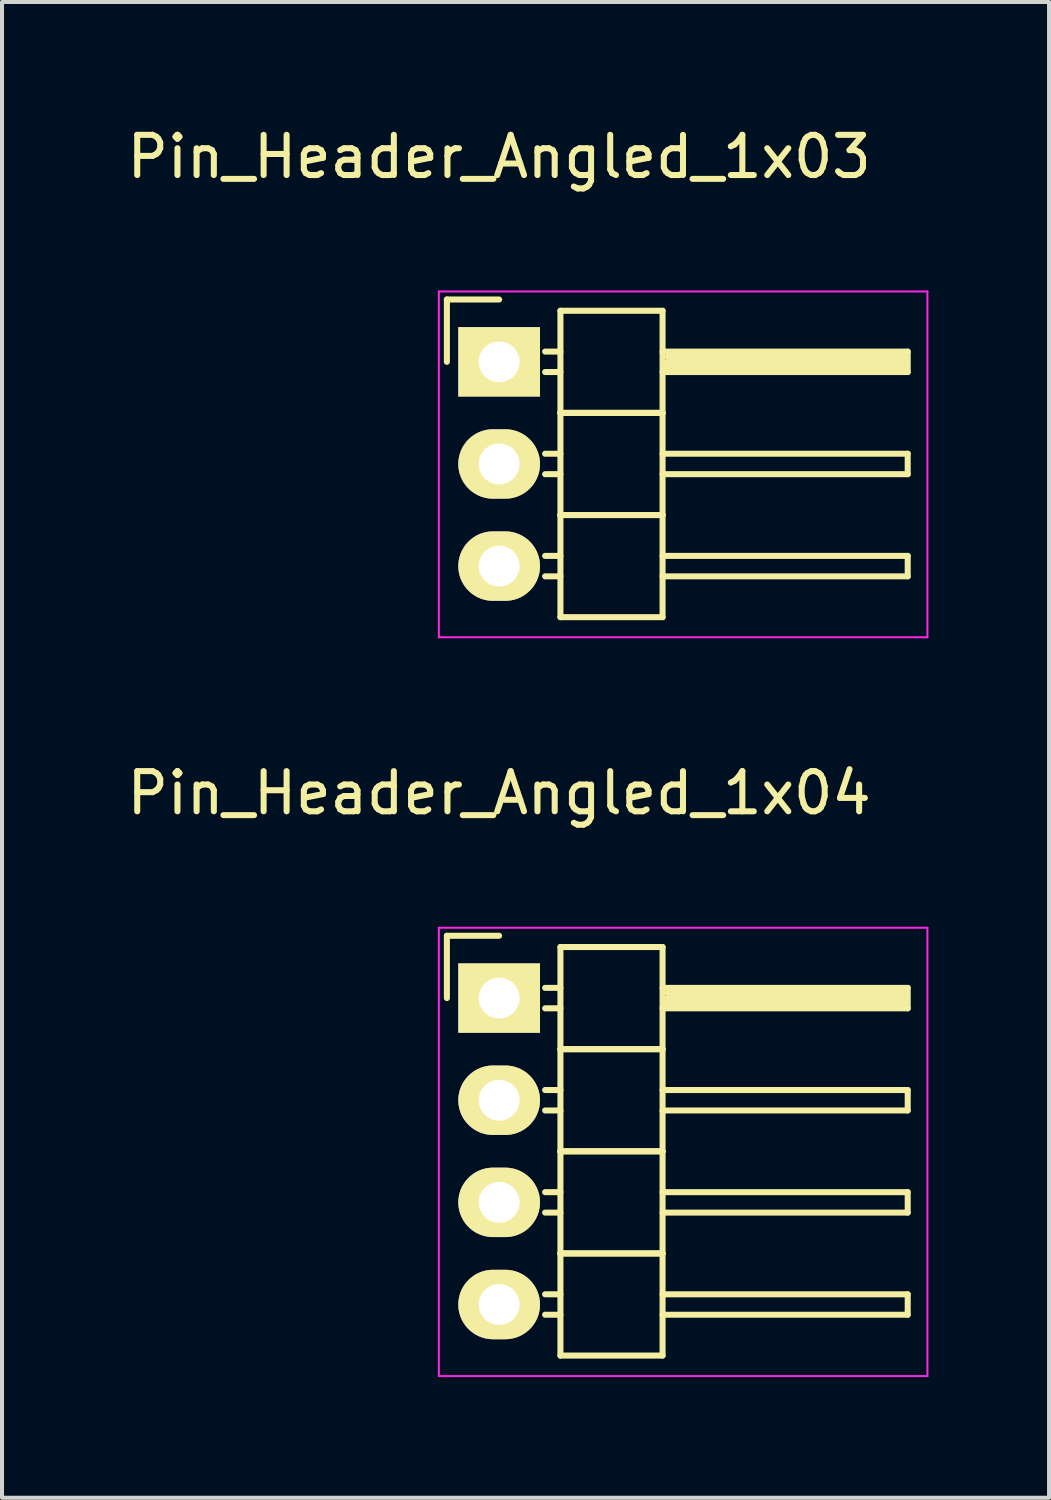
<source format=kicad_pcb>
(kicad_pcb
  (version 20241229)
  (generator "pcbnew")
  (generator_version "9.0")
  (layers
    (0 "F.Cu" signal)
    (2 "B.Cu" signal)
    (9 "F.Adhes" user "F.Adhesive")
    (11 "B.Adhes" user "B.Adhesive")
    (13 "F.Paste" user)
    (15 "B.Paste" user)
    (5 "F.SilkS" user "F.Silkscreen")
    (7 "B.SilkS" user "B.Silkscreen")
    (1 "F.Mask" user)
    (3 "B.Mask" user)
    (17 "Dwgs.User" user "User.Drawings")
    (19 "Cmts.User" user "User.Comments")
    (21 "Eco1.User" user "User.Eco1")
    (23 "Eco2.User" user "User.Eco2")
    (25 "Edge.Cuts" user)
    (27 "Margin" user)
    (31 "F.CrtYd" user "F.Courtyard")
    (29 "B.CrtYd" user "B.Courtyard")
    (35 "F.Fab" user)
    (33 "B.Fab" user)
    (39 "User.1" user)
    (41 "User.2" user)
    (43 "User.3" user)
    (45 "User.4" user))
  (footprint "Pin_Header_Angled_1x04"
    (layer "F.Cu")
    (at 9.363 21.771)
    (property "Reference" "Pin_Header_Angled_1x04" (at 0 -5.1 0) (layer "F.SilkS") (effects (font (size 1 1) (thickness 0.15))))
    (attr through_hole)
    (fp_line (start -1.3 -1.55) (end -1.3 0) (stroke (width 0.15) (type solid)) (layer "F.SilkS"))
    (fp_line (start 0 -1.55) (end -1.3 -1.55) (stroke (width 0.15) (type solid)) (layer "F.SilkS"))
    (fp_line (start 1.524 -1.27) (end 1.524 1.27) (stroke (width 0.15) (type solid)) (layer "F.SilkS"))
    (fp_line (start 1.524 -1.27) (end 4.064 -1.27) (stroke (width 0.15) (type solid)) (layer "F.SilkS"))
    (fp_line (start 1.524 -0.254) (end 1.143 -0.254) (stroke (width 0.15) (type solid)) (layer "F.SilkS"))
    (fp_line (start 1.524 0.254) (end 1.143 0.254) (stroke (width 0.15) (type solid)) (layer "F.SilkS"))
    (fp_line (start 1.524 1.27) (end 1.524 3.81) (stroke (width 0.15) (type solid)) (layer "F.SilkS"))
    (fp_line (start 1.524 1.27) (end 4.064 1.27) (stroke (width 0.15) (type solid)) (layer "F.SilkS"))
    (fp_line (start 1.524 1.27) (end 4.064 1.27) (stroke (width 0.15) (type solid)) (layer "F.SilkS"))
    (fp_line (start 1.524 2.286) (end 1.143 2.286) (stroke (width 0.15) (type solid)) (layer "F.SilkS"))
    (fp_line (start 1.524 2.794) (end 1.143 2.794) (stroke (width 0.15) (type solid)) (layer "F.SilkS"))
    (fp_line (start 1.524 3.81) (end 1.524 6.35) (stroke (width 0.15) (type solid)) (layer "F.SilkS"))
    (fp_line (start 1.524 3.81) (end 4.064 3.81) (stroke (width 0.15) (type solid)) (layer "F.SilkS"))
    (fp_line (start 1.524 3.81) (end 4.064 3.81) (stroke (width 0.15) (type solid)) (layer "F.SilkS"))
    (fp_line (start 1.524 4.826) (end 1.143 4.826) (stroke (width 0.15) (type solid)) (layer "F.SilkS"))
    (fp_line (start 1.524 5.334) (end 1.143 5.334) (stroke (width 0.15) (type solid)) (layer "F.SilkS"))
    (fp_line (start 1.524 6.35) (end 1.524 8.89) (stroke (width 0.15) (type solid)) (layer "F.SilkS"))
    (fp_line (start 1.524 6.35) (end 4.064 6.35) (stroke (width 0.15) (type solid)) (layer "F.SilkS"))
    (fp_line (start 1.524 6.35) (end 4.064 6.35) (stroke (width 0.15) (type solid)) (layer "F.SilkS"))
    (fp_line (start 1.524 7.366) (end 1.143 7.366) (stroke (width 0.15) (type solid)) (layer "F.SilkS"))
    (fp_line (start 1.524 7.874) (end 1.143 7.874) (stroke (width 0.15) (type solid)) (layer "F.SilkS"))
    (fp_line (start 1.524 8.89) (end 4.064 8.89) (stroke (width 0.15) (type solid)) (layer "F.SilkS"))
    (fp_line (start 4.064 -0.254) (end 10.16 -0.254) (stroke (width 0.15) (type solid)) (layer "F.SilkS"))
    (fp_line (start 4.064 1.27) (end 4.064 -1.27) (stroke (width 0.15) (type solid)) (layer "F.SilkS"))
    (fp_line (start 4.064 2.286) (end 10.16 2.286) (stroke (width 0.15) (type solid)) (layer "F.SilkS"))
    (fp_line (start 4.064 3.81) (end 4.064 1.27) (stroke (width 0.15) (type solid)) (layer "F.SilkS"))
    (fp_line (start 4.064 4.826) (end 10.16 4.826) (stroke (width 0.15) (type solid)) (layer "F.SilkS"))
    (fp_line (start 4.064 6.35) (end 4.064 3.81) (stroke (width 0.15) (type solid)) (layer "F.SilkS"))
    (fp_line (start 4.064 7.366) (end 10.16 7.366) (stroke (width 0.15) (type solid)) (layer "F.SilkS"))
    (fp_line (start 4.064 8.89) (end 4.064 6.35) (stroke (width 0.15) (type solid)) (layer "F.SilkS"))
    (fp_line (start 4.191 -0.127) (end 10.033 -0.127) (stroke (width 0.15) (type solid)) (layer "F.SilkS"))
    (fp_line (start 4.191 0) (end 10.033 0) (stroke (width 0.15) (type solid)) (layer "F.SilkS"))
    (fp_line (start 4.191 0.127) (end 4.191 0) (stroke (width 0.15) (type solid)) (layer "F.SilkS"))
    (fp_line (start 10.033 -0.127) (end 10.033 0.127) (stroke (width 0.15) (type solid)) (layer "F.SilkS"))
    (fp_line (start 10.033 0.127) (end 4.191 0.127) (stroke (width 0.15) (type solid)) (layer "F.SilkS"))
    (fp_line (start 10.16 -0.254) (end 10.16 0.254) (stroke (width 0.15) (type solid)) (layer "F.SilkS"))
    (fp_line (start 10.16 0.254) (end 4.064 0.254) (stroke (width 0.15) (type solid)) (layer "F.SilkS"))
    (fp_line (start 10.16 2.286) (end 10.16 2.794) (stroke (width 0.15) (type solid)) (layer "F.SilkS"))
    (fp_line (start 10.16 2.794) (end 4.064 2.794) (stroke (width 0.15) (type solid)) (layer "F.SilkS"))
    (fp_line (start 10.16 4.826) (end 10.16 5.334) (stroke (width 0.15) (type solid)) (layer "F.SilkS"))
    (fp_line (start 10.16 5.334) (end 4.064 5.334) (stroke (width 0.15) (type solid)) (layer "F.SilkS"))
    (fp_line (start 10.16 7.366) (end 10.16 7.874) (stroke (width 0.15) (type solid)) (layer "F.SilkS"))
    (fp_line (start 10.16 7.874) (end 4.064 7.874) (stroke (width 0.15) (type solid)) (layer "F.SilkS"))
    (fp_line (start -1.5 -1.75) (end -1.5 9.4) (stroke (width 0.05) (type solid)) (layer "F.CrtYd"))
    (fp_line (start -1.5 -1.75) (end 10.65 -1.75) (stroke (width 0.05) (type solid)) (layer "F.CrtYd"))
    (fp_line (start -1.5 9.4) (end 10.65 9.4) (stroke (width 0.05) (type solid)) (layer "F.CrtYd"))
    (fp_line (start 10.65 -1.75) (end 10.65 9.4) (stroke (width 0.05) (type solid)) (layer "F.CrtYd"))
    (pad "1" thru_hole rect (at 0 0) (size 2.032 1.727) (drill 1.016) (layers "*.Cu" "*.Mask" "F.SilkS"))
    (pad "2" thru_hole oval (at 0 2.54) (size 2.032 1.727) (drill 1.016) (layers "*.Cu" "*.Mask" "F.SilkS"))
    (pad "3" thru_hole oval (at 0 5.08) (size 2.032 1.727) (drill 1.016) (layers "*.Cu" "*.Mask" "F.SilkS"))
    (pad "4" thru_hole oval (at 0 7.62) (size 2.032 1.727) (drill 1.016) (layers "*.Cu" "*.Mask" "F.SilkS")))
  (footprint "Pin_Header_Angled_1x03"
    (layer "F.Cu")
    (at 9.363 5.948)
    (property "Reference" "Pin_Header_Angled_1x03" (at 0 -5.1 0) (layer "F.SilkS") (effects (font (size 1 1) (thickness 0.15))))
    (attr through_hole)
    (fp_line (start -1.3 -1.55) (end -1.3 0) (stroke (width 0.15) (type solid)) (layer "F.SilkS"))
    (fp_line (start 0 -1.55) (end -1.3 -1.55) (stroke (width 0.15) (type solid)) (layer "F.SilkS"))
    (fp_line (start 1.524 -1.27) (end 1.524 1.27) (stroke (width 0.15) (type solid)) (layer "F.SilkS"))
    (fp_line (start 1.524 -1.27) (end 4.064 -1.27) (stroke (width 0.15) (type solid)) (layer "F.SilkS"))
    (fp_line (start 1.524 -0.254) (end 1.143 -0.254) (stroke (width 0.15) (type solid)) (layer "F.SilkS"))
    (fp_line (start 1.524 0.254) (end 1.143 0.254) (stroke (width 0.15) (type solid)) (layer "F.SilkS"))
    (fp_line (start 1.524 1.27) (end 1.524 3.81) (stroke (width 0.15) (type solid)) (layer "F.SilkS"))
    (fp_line (start 1.524 1.27) (end 4.064 1.27) (stroke (width 0.15) (type solid)) (layer "F.SilkS"))
    (fp_line (start 1.524 1.27) (end 4.064 1.27) (stroke (width 0.15) (type solid)) (layer "F.SilkS"))
    (fp_line (start 1.524 2.286) (end 1.143 2.286) (stroke (width 0.15) (type solid)) (layer "F.SilkS"))
    (fp_line (start 1.524 2.794) (end 1.143 2.794) (stroke (width 0.15) (type solid)) (layer "F.SilkS"))
    (fp_line (start 1.524 3.81) (end 1.524 6.35) (stroke (width 0.15) (type solid)) (layer "F.SilkS"))
    (fp_line (start 1.524 3.81) (end 4.064 3.81) (stroke (width 0.15) (type solid)) (layer "F.SilkS"))
    (fp_line (start 1.524 3.81) (end 4.064 3.81) (stroke (width 0.15) (type solid)) (layer "F.SilkS"))
    (fp_line (start 1.524 4.826) (end 1.143 4.826) (stroke (width 0.15) (type solid)) (layer "F.SilkS"))
    (fp_line (start 1.524 5.334) (end 1.143 5.334) (stroke (width 0.15) (type solid)) (layer "F.SilkS"))
    (fp_line (start 1.524 6.35) (end 4.064 6.35) (stroke (width 0.15) (type solid)) (layer "F.SilkS"))
    (fp_line (start 4.064 -0.254) (end 10.16 -0.254) (stroke (width 0.15) (type solid)) (layer "F.SilkS"))
    (fp_line (start 4.064 1.27) (end 4.064 -1.27) (stroke (width 0.15) (type solid)) (layer "F.SilkS"))
    (fp_line (start 4.064 2.286) (end 10.16 2.286) (stroke (width 0.15) (type solid)) (layer "F.SilkS"))
    (fp_line (start 4.064 3.81) (end 4.064 1.27) (stroke (width 0.15) (type solid)) (layer "F.SilkS"))
    (fp_line (start 4.064 4.826) (end 10.16 4.826) (stroke (width 0.15) (type solid)) (layer "F.SilkS"))
    (fp_line (start 4.064 6.35) (end 4.064 3.81) (stroke (width 0.15) (type solid)) (layer "F.SilkS"))
    (fp_line (start 4.191 -0.127) (end 10.033 -0.127) (stroke (width 0.15) (type solid)) (layer "F.SilkS"))
    (fp_line (start 4.191 0) (end 10.033 0) (stroke (width 0.15) (type solid)) (layer "F.SilkS"))
    (fp_line (start 4.191 0.127) (end 4.191 0) (stroke (width 0.15) (type solid)) (layer "F.SilkS"))
    (fp_line (start 10.033 -0.127) (end 10.033 0.127) (stroke (width 0.15) (type solid)) (layer "F.SilkS"))
    (fp_line (start 10.033 0.127) (end 4.191 0.127) (stroke (width 0.15) (type solid)) (layer "F.SilkS"))
    (fp_line (start 10.16 -0.254) (end 10.16 0.254) (stroke (width 0.15) (type solid)) (layer "F.SilkS"))
    (fp_line (start 10.16 0.254) (end 4.064 0.254) (stroke (width 0.15) (type solid)) (layer "F.SilkS"))
    (fp_line (start 10.16 2.286) (end 10.16 2.794) (stroke (width 0.15) (type solid)) (layer "F.SilkS"))
    (fp_line (start 10.16 2.794) (end 4.064 2.794) (stroke (width 0.15) (type solid)) (layer "F.SilkS"))
    (fp_line (start 10.16 4.826) (end 10.16 5.334) (stroke (width 0.15) (type solid)) (layer "F.SilkS"))
    (fp_line (start 10.16 5.334) (end 4.064 5.334) (stroke (width 0.15) (type solid)) (layer "F.SilkS"))
    (fp_line (start -1.5 -1.75) (end -1.5 6.85) (stroke (width 0.05) (type solid)) (layer "F.CrtYd"))
    (fp_line (start -1.5 -1.75) (end 10.65 -1.75) (stroke (width 0.05) (type solid)) (layer "F.CrtYd"))
    (fp_line (start -1.5 6.85) (end 10.65 6.85) (stroke (width 0.05) (type solid)) (layer "F.CrtYd"))
    (fp_line (start 10.65 -1.75) (end 10.65 6.85) (stroke (width 0.05) (type solid)) (layer "F.CrtYd"))
    (pad "1" thru_hole rect (at 0 0) (size 2.032 1.727) (drill 1.016) (layers "*.Cu" "*.Mask" "F.SilkS"))
    (pad "2" thru_hole oval (at 0 2.54) (size 2.032 1.727) (drill 1.016) (layers "*.Cu" "*.Mask" "F.SilkS"))
    (pad "3" thru_hole oval (at 0 5.08) (size 2.032 1.727) (drill 1.016) (layers "*.Cu" "*.Mask" "F.SilkS")))
  (gr_rect
    (start -3 -3)
    (end 23.038 34.197)
    (stroke (width 0.1) (type default))
    (fill no)
    (layer "Edge.Cuts")))
</source>
